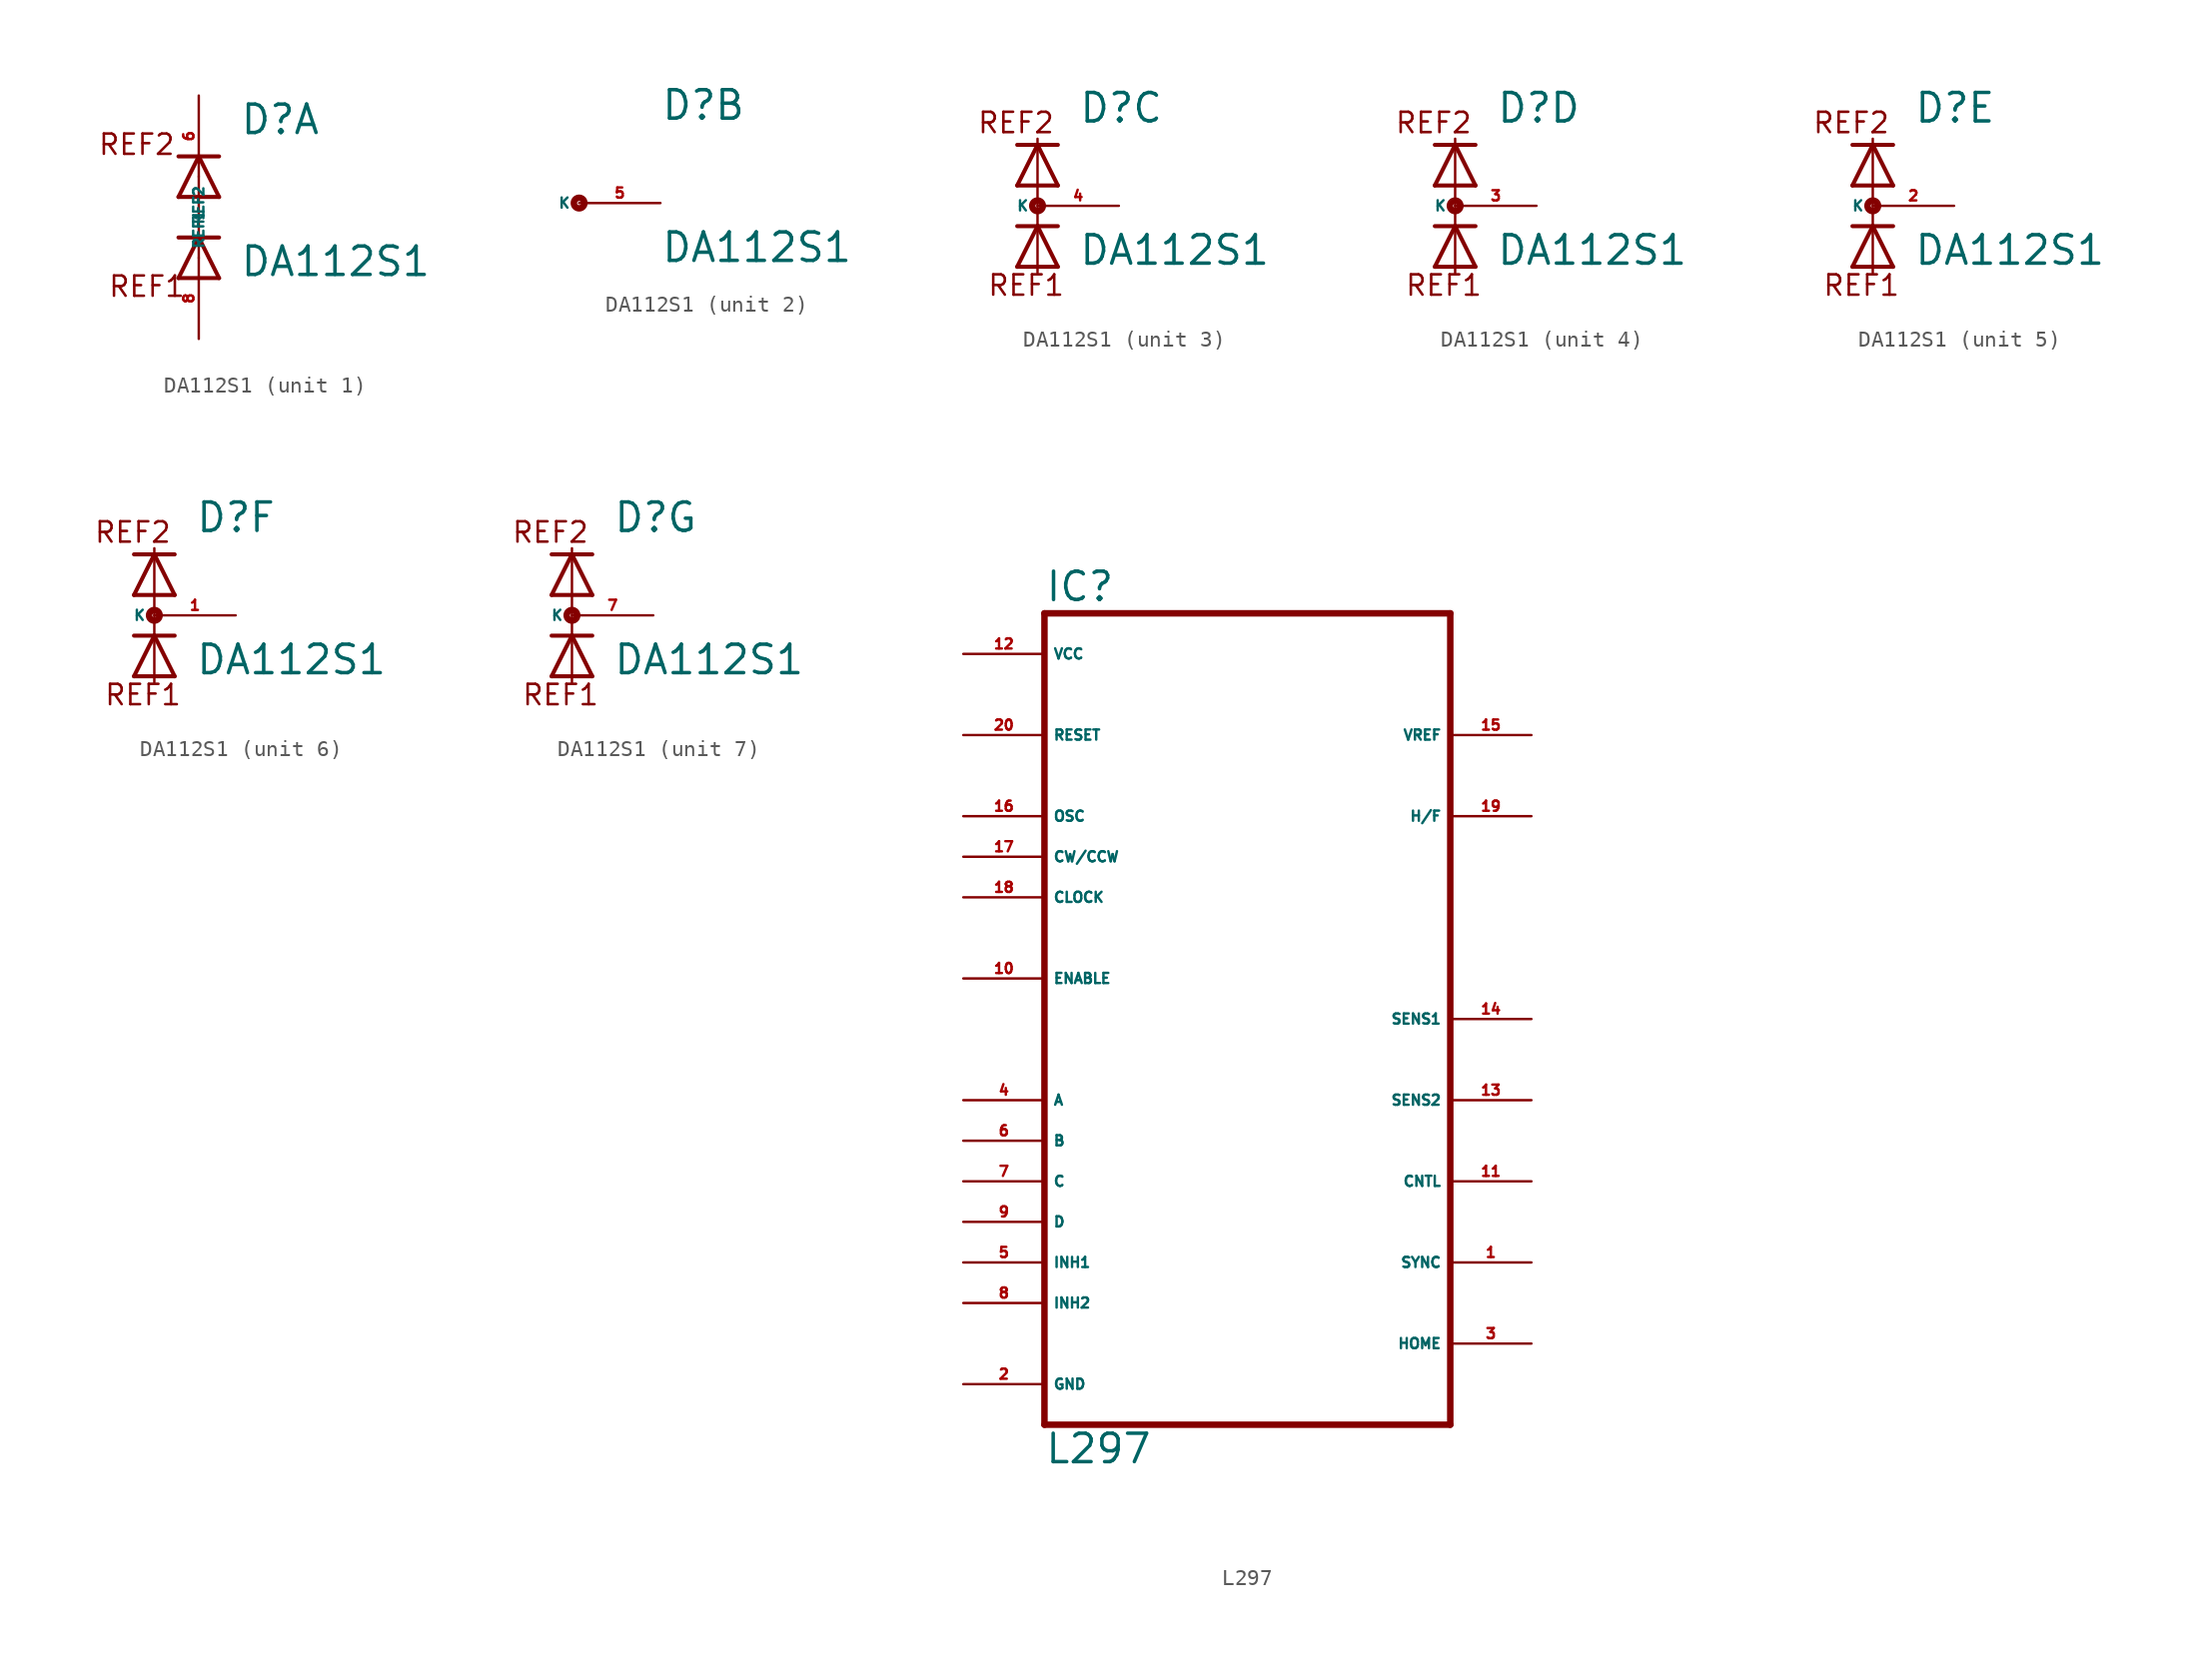
<source format=kicad_sym>
(kicad_symbol_lib
  (version 20220914)
  (generator Eagle2Kicad)
  (symbol "DA112S1"
    (property "Reference" "D"
      (at 2.54 5.08 0)
      (effects (font (size 1.778 1.778) (thickness 0.22)) (justify left bottom)))
    (property "Value" "DA112S1"
      (at 2.54 -3.81 0)
      (effects (font (size 1.778 1.778) (thickness 0.22)) (justify left bottom)))
    (symbol "DA112S1_1_0"
      (polyline (pts (xy 1.27 1.27) (xy 0 3.81)) (stroke (width 0.254) (type default)) (fill (type none)))
      (polyline (pts (xy 0 3.81) (xy -1.27 1.27)) (stroke (width 0.254) (type default)) (fill (type none)))
      (polyline (pts (xy -1.27 3.81) (xy 0 3.81)) (stroke (width 0.254) (type default)) (fill (type none)))
      (polyline (pts (xy 0 3.81) (xy 1.27 3.81)) (stroke (width 0.254) (type default)) (fill (type none)))
      (polyline (pts (xy 1.27 -3.81) (xy 0 -1.27)) (stroke (width 0.254) (type default)) (fill (type none)))
      (polyline (pts (xy 0 -1.27) (xy -1.27 -3.81)) (stroke (width 0.254) (type default)) (fill (type none)))
      (polyline (pts (xy -1.27 -3.81) (xy 1.27 -3.81)) (stroke (width 0.254) (type default)) (fill (type none)))
      (polyline (pts (xy -1.27 1.27) (xy 1.27 1.27)) (stroke (width 0.254) (type default)) (fill (type none)))
      (polyline (pts (xy 0 2.54) (xy 0 -1.27)) (stroke (width 0.152) (type default)) (fill (type none)))
      (polyline (pts (xy 0 -1.27) (xy 0 -2.54)) (stroke (width 0.152) (type default)) (fill (type none)))
      (polyline (pts (xy -1.27 -1.27) (xy 0 -1.27)) (stroke (width 0.254) (type default)) (fill (type none)))
      (polyline (pts (xy 0 -1.27) (xy 1.27 -1.27)) (stroke (width 0.254) (type default)) (fill (type none)))
      (text "REF1" (at -5.715 -5.08 0) (effects (font (size 1.27 1.27) (thickness 0.16)) (justify left bottom)))
      (text "REF2" (at -6.35 3.81 0) (effects (font (size 1.27 1.27) (thickness 0.16)) (justify left bottom)))
      (pin passive line (at 0 7.62 270) (length 5.08) (name "REF2" (effects (font (size 0.635 0.635) (thickness 0.08)) (justify left bottom))) (number "6" (effects (font (size 0.635 0.635) (thickness 0.08)) (justify left bottom))))
      (pin passive line (at 0 -7.62 90) (length 5.08) (name "REF1" (effects (font (size 0.635 0.635) (thickness 0.08)) (justify left bottom))) (number "8" (effects (font (size 0.635 0.635) (thickness 0.08)) (justify left bottom)))))
    (symbol "DA112S1_2_0"
      (circle (center -2.54 0) (radius 0.127) (stroke (width 0.406) (type default)) (fill (type none)))
      (pin passive line (at 2.54 0 180) (length 5.08) (name "K" (effects (font (size 0.635 0.635) (thickness 0.08)) (justify left bottom))) (number "5" (effects (font (size 0.635 0.635) (thickness 0.08)) (justify left bottom)))))
    (symbol "DA112S1_3_0"
      (polyline (pts (xy 1.27 1.27) (xy 0 3.81)) (stroke (width 0.254) (type default)) (fill (type none)))
      (polyline (pts (xy 0 3.81) (xy -1.27 1.27)) (stroke (width 0.254) (type default)) (fill (type none)))
      (polyline (pts (xy -1.27 3.81) (xy 0 3.81)) (stroke (width 0.254) (type default)) (fill (type none)))
      (polyline (pts (xy -1.27 1.27) (xy 1.27 1.27)) (stroke (width 0.254) (type default)) (fill (type none)))
      (polyline (pts (xy 0 3.81) (xy 1.27 3.81)) (stroke (width 0.254) (type default)) (fill (type none)))
      (polyline (pts (xy 1.27 -3.81) (xy 0 -1.27)) (stroke (width 0.254) (type default)) (fill (type none)))
      (polyline (pts (xy 0 -1.27) (xy -1.27 -3.81)) (stroke (width 0.254) (type default)) (fill (type none)))
      (polyline (pts (xy -1.27 -1.27) (xy 0 -1.27)) (stroke (width 0.254) (type default)) (fill (type none)))
      (polyline (pts (xy 0 3.81) (xy 0 -1.27)) (stroke (width 0.152) (type default)) (fill (type none)))
      (polyline (pts (xy 0 -4.191) (xy 0 -1.27)) (stroke (width 0.152) (type default)) (fill (type none)))
      (polyline (pts (xy -1.27 -3.81) (xy 1.27 -3.81)) (stroke (width 0.254) (type default)) (fill (type none)))
      (polyline (pts (xy 0 -1.27) (xy 1.27 -1.27)) (stroke (width 0.254) (type default)) (fill (type none)))
      (polyline (pts (xy 0 3.81) (xy 0 4.191)) (stroke (width 0.152) (type default)) (fill (type none)))
      (text "REF1" (at -3.175 -5.715 0) (effects (font (size 1.27 1.27) (thickness 0.16)) (justify left bottom)))
      (text "REF2" (at -3.81 4.445 0) (effects (font (size 1.27 1.27) (thickness 0.16)) (justify left bottom)))
      (circle (center 0 0) (radius 0.127) (stroke (width 0.406) (type default)) (fill (type none)))
      (pin passive line (at 5.08 0 180) (length 5.08) (name "K" (effects (font (size 0.635 0.635) (thickness 0.08)) (justify left bottom))) (number "4" (effects (font (size 0.635 0.635) (thickness 0.08)) (justify left bottom)))))
    (symbol "DA112S1_4_0"
      (polyline (pts (xy 1.27 1.27) (xy 0 3.81)) (stroke (width 0.254) (type default)) (fill (type none)))
      (polyline (pts (xy 0 3.81) (xy -1.27 1.27)) (stroke (width 0.254) (type default)) (fill (type none)))
      (polyline (pts (xy -1.27 3.81) (xy 0 3.81)) (stroke (width 0.254) (type default)) (fill (type none)))
      (polyline (pts (xy -1.27 1.27) (xy 1.27 1.27)) (stroke (width 0.254) (type default)) (fill (type none)))
      (polyline (pts (xy 0 3.81) (xy 1.27 3.81)) (stroke (width 0.254) (type default)) (fill (type none)))
      (polyline (pts (xy 1.27 -3.81) (xy 0 -1.27)) (stroke (width 0.254) (type default)) (fill (type none)))
      (polyline (pts (xy 0 -1.27) (xy -1.27 -3.81)) (stroke (width 0.254) (type default)) (fill (type none)))
      (polyline (pts (xy -1.27 -1.27) (xy 0 -1.27)) (stroke (width 0.254) (type default)) (fill (type none)))
      (polyline (pts (xy 0 3.81) (xy 0 -1.27)) (stroke (width 0.152) (type default)) (fill (type none)))
      (polyline (pts (xy 0 -4.191) (xy 0 -1.27)) (stroke (width 0.152) (type default)) (fill (type none)))
      (polyline (pts (xy -1.27 -3.81) (xy 1.27 -3.81)) (stroke (width 0.254) (type default)) (fill (type none)))
      (polyline (pts (xy 0 -1.27) (xy 1.27 -1.27)) (stroke (width 0.254) (type default)) (fill (type none)))
      (polyline (pts (xy 0 3.81) (xy 0 4.191)) (stroke (width 0.152) (type default)) (fill (type none)))
      (text "REF1" (at -3.175 -5.715 0) (effects (font (size 1.27 1.27) (thickness 0.16)) (justify left bottom)))
      (text "REF2" (at -3.81 4.445 0) (effects (font (size 1.27 1.27) (thickness 0.16)) (justify left bottom)))
      (circle (center 0 0) (radius 0.127) (stroke (width 0.406) (type default)) (fill (type none)))
      (pin passive line (at 5.08 0 180) (length 5.08) (name "K" (effects (font (size 0.635 0.635) (thickness 0.08)) (justify left bottom))) (number "3" (effects (font (size 0.635 0.635) (thickness 0.08)) (justify left bottom)))))
    (symbol "DA112S1_5_0"
      (polyline (pts (xy 1.27 1.27) (xy 0 3.81)) (stroke (width 0.254) (type default)) (fill (type none)))
      (polyline (pts (xy 0 3.81) (xy -1.27 1.27)) (stroke (width 0.254) (type default)) (fill (type none)))
      (polyline (pts (xy -1.27 3.81) (xy 0 3.81)) (stroke (width 0.254) (type default)) (fill (type none)))
      (polyline (pts (xy -1.27 1.27) (xy 1.27 1.27)) (stroke (width 0.254) (type default)) (fill (type none)))
      (polyline (pts (xy 0 3.81) (xy 1.27 3.81)) (stroke (width 0.254) (type default)) (fill (type none)))
      (polyline (pts (xy 1.27 -3.81) (xy 0 -1.27)) (stroke (width 0.254) (type default)) (fill (type none)))
      (polyline (pts (xy 0 -1.27) (xy -1.27 -3.81)) (stroke (width 0.254) (type default)) (fill (type none)))
      (polyline (pts (xy -1.27 -1.27) (xy 0 -1.27)) (stroke (width 0.254) (type default)) (fill (type none)))
      (polyline (pts (xy 0 3.81) (xy 0 -1.27)) (stroke (width 0.152) (type default)) (fill (type none)))
      (polyline (pts (xy 0 -4.191) (xy 0 -1.27)) (stroke (width 0.152) (type default)) (fill (type none)))
      (polyline (pts (xy -1.27 -3.81) (xy 1.27 -3.81)) (stroke (width 0.254) (type default)) (fill (type none)))
      (polyline (pts (xy 0 -1.27) (xy 1.27 -1.27)) (stroke (width 0.254) (type default)) (fill (type none)))
      (polyline (pts (xy 0 3.81) (xy 0 4.191)) (stroke (width 0.152) (type default)) (fill (type none)))
      (text "REF1" (at -3.175 -5.715 0) (effects (font (size 1.27 1.27) (thickness 0.16)) (justify left bottom)))
      (text "REF2" (at -3.81 4.445 0) (effects (font (size 1.27 1.27) (thickness 0.16)) (justify left bottom)))
      (circle (center 0 0) (radius 0.127) (stroke (width 0.406) (type default)) (fill (type none)))
      (pin passive line (at 5.08 0 180) (length 5.08) (name "K" (effects (font (size 0.635 0.635) (thickness 0.08)) (justify left bottom))) (number "2" (effects (font (size 0.635 0.635) (thickness 0.08)) (justify left bottom)))))
    (symbol "DA112S1_6_0"
      (polyline (pts (xy 1.27 1.27) (xy 0 3.81)) (stroke (width 0.254) (type default)) (fill (type none)))
      (polyline (pts (xy 0 3.81) (xy -1.27 1.27)) (stroke (width 0.254) (type default)) (fill (type none)))
      (polyline (pts (xy -1.27 3.81) (xy 0 3.81)) (stroke (width 0.254) (type default)) (fill (type none)))
      (polyline (pts (xy -1.27 1.27) (xy 1.27 1.27)) (stroke (width 0.254) (type default)) (fill (type none)))
      (polyline (pts (xy 0 3.81) (xy 1.27 3.81)) (stroke (width 0.254) (type default)) (fill (type none)))
      (polyline (pts (xy 1.27 -3.81) (xy 0 -1.27)) (stroke (width 0.254) (type default)) (fill (type none)))
      (polyline (pts (xy 0 -1.27) (xy -1.27 -3.81)) (stroke (width 0.254) (type default)) (fill (type none)))
      (polyline (pts (xy -1.27 -1.27) (xy 0 -1.27)) (stroke (width 0.254) (type default)) (fill (type none)))
      (polyline (pts (xy 0 3.81) (xy 0 -1.27)) (stroke (width 0.152) (type default)) (fill (type none)))
      (polyline (pts (xy 0 -4.191) (xy 0 -1.27)) (stroke (width 0.152) (type default)) (fill (type none)))
      (polyline (pts (xy -1.27 -3.81) (xy 1.27 -3.81)) (stroke (width 0.254) (type default)) (fill (type none)))
      (polyline (pts (xy 0 -1.27) (xy 1.27 -1.27)) (stroke (width 0.254) (type default)) (fill (type none)))
      (polyline (pts (xy 0 3.81) (xy 0 4.191)) (stroke (width 0.152) (type default)) (fill (type none)))
      (text "REF1" (at -3.175 -5.715 0) (effects (font (size 1.27 1.27) (thickness 0.16)) (justify left bottom)))
      (text "REF2" (at -3.81 4.445 0) (effects (font (size 1.27 1.27) (thickness 0.16)) (justify left bottom)))
      (circle (center 0 0) (radius 0.127) (stroke (width 0.406) (type default)) (fill (type none)))
      (pin passive line (at 5.08 0 180) (length 5.08) (name "K" (effects (font (size 0.635 0.635) (thickness 0.08)) (justify left bottom))) (number "1" (effects (font (size 0.635 0.635) (thickness 0.08)) (justify left bottom)))))
    (symbol "DA112S1_7_0"
      (polyline (pts (xy 1.27 1.27) (xy 0 3.81)) (stroke (width 0.254) (type default)) (fill (type none)))
      (polyline (pts (xy 0 3.81) (xy -1.27 1.27)) (stroke (width 0.254) (type default)) (fill (type none)))
      (polyline (pts (xy -1.27 3.81) (xy 0 3.81)) (stroke (width 0.254) (type default)) (fill (type none)))
      (polyline (pts (xy -1.27 1.27) (xy 1.27 1.27)) (stroke (width 0.254) (type default)) (fill (type none)))
      (polyline (pts (xy 0 3.81) (xy 1.27 3.81)) (stroke (width 0.254) (type default)) (fill (type none)))
      (polyline (pts (xy 1.27 -3.81) (xy 0 -1.27)) (stroke (width 0.254) (type default)) (fill (type none)))
      (polyline (pts (xy 0 -1.27) (xy -1.27 -3.81)) (stroke (width 0.254) (type default)) (fill (type none)))
      (polyline (pts (xy -1.27 -1.27) (xy 0 -1.27)) (stroke (width 0.254) (type default)) (fill (type none)))
      (polyline (pts (xy 0 3.81) (xy 0 -1.27)) (stroke (width 0.152) (type default)) (fill (type none)))
      (polyline (pts (xy 0 -4.191) (xy 0 -1.27)) (stroke (width 0.152) (type default)) (fill (type none)))
      (polyline (pts (xy -1.27 -3.81) (xy 1.27 -3.81)) (stroke (width 0.254) (type default)) (fill (type none)))
      (polyline (pts (xy 0 -1.27) (xy 1.27 -1.27)) (stroke (width 0.254) (type default)) (fill (type none)))
      (polyline (pts (xy 0 3.81) (xy 0 4.191)) (stroke (width 0.152) (type default)) (fill (type none)))
      (text "REF1" (at -3.175 -5.715 0) (effects (font (size 1.27 1.27) (thickness 0.16)) (justify left bottom)))
      (text "REF2" (at -3.81 4.445 0) (effects (font (size 1.27 1.27) (thickness 0.16)) (justify left bottom)))
      (circle (center 0 0) (radius 0.127) (stroke (width 0.406) (type default)) (fill (type none)))
      (pin passive line (at 5.08 0 180) (length 5.08) (name "K" (effects (font (size 0.635 0.635) (thickness 0.08)) (justify left bottom))) (number "7" (effects (font (size 0.635 0.635) (thickness 0.08)) (justify left bottom))))))
  (symbol "L297"
    (property "Reference" "IC"
      (at -12.7 18.415 0)
      (effects (font (size 1.778 1.778) (thickness 0.22)) (justify left bottom)))
    (property "Value" "L297"
      (at -12.722 -35.559 0)
      (effects (font (size 1.778 1.778) (thickness 0.22)) (justify left bottom)))
    (polyline
      (pts (xy -12.7 -33.02) (xy 12.7 -33.02))
      (stroke (width 0.406) (type default))
      (fill (type none)))
    (polyline
      (pts (xy 12.7 -33.02) (xy 12.7 17.78))
      (stroke (width 0.406) (type default))
      (fill (type none)))
    (polyline
      (pts (xy 12.7 17.78) (xy -12.7 17.78))
      (stroke (width 0.406) (type default))
      (fill (type none)))
    (polyline
      (pts (xy -12.7 17.78) (xy -12.7 -33.02))
      (stroke (width 0.406) (type default))
      (fill (type none)))
    (pin input line
      (at -17.78 -5.08 0)
      (length 5.08)
      (name "ENABLE" (effects (font (size 0.635 0.635) (thickness 0.08)) (justify left bottom)))
      (number "10" (effects (font (size 0.635 0.635) (thickness 0.08)) (justify left bottom))))
    (pin output line
      (at 17.78 -22.86 180)
      (length 5.08)
      (name "SYNC" (effects (font (size 0.635 0.635) (thickness 0.08)) (justify left bottom)))
      (number "1" (effects (font (size 0.635 0.635) (thickness 0.08)) (justify left bottom))))
    (pin unspecified line
      (at -17.78 -30.48 0)
      (length 5.08)
      (name "GND" (effects (font (size 0.635 0.635) (thickness 0.08)) (justify left bottom)))
      (number "2" (effects (font (size 0.635 0.635) (thickness 0.08)) (justify left bottom))))
    (pin output line
      (at 17.78 -27.94 180)
      (length 5.08)
      (name "HOME" (effects (font (size 0.635 0.635) (thickness 0.08)) (justify left bottom)))
      (number "3" (effects (font (size 0.635 0.635) (thickness 0.08)) (justify left bottom))))
    (pin output line
      (at -17.78 -12.7 0)
      (length 5.08)
      (name "A" (effects (font (size 0.635 0.635) (thickness 0.08)) (justify left bottom)))
      (number "4" (effects (font (size 0.635 0.635) (thickness 0.08)) (justify left bottom))))
    (pin output line
      (at -17.78 -22.86 0)
      (length 5.08)
      (name "INH1" (effects (font (size 0.635 0.635) (thickness 0.08)) (justify left bottom)))
      (number "5" (effects (font (size 0.635 0.635) (thickness 0.08)) (justify left bottom))))
    (pin output line
      (at -17.78 -15.24 0)
      (length 5.08)
      (name "B" (effects (font (size 0.635 0.635) (thickness 0.08)) (justify left bottom)))
      (number "6" (effects (font (size 0.635 0.635) (thickness 0.08)) (justify left bottom))))
    (pin output line
      (at -17.78 -17.78 0)
      (length 5.08)
      (name "C" (effects (font (size 0.635 0.635) (thickness 0.08)) (justify left bottom)))
      (number "7" (effects (font (size 0.635 0.635) (thickness 0.08)) (justify left bottom))))
    (pin output line
      (at -17.78 -25.4 0)
      (length 5.08)
      (name "INH2" (effects (font (size 0.635 0.635) (thickness 0.08)) (justify left bottom)))
      (number "8" (effects (font (size 0.635 0.635) (thickness 0.08)) (justify left bottom))))
    (pin output line
      (at 17.78 -12.7 180)
      (length 5.08)
      (name "SENS2" (effects (font (size 0.635 0.635) (thickness 0.08)) (justify left bottom)))
      (number "13" (effects (font (size 0.635 0.635) (thickness 0.08)) (justify left bottom))))
    (pin output line
      (at 17.78 -7.62 180)
      (length 5.08)
      (name "SENS1" (effects (font (size 0.635 0.635) (thickness 0.08)) (justify left bottom)))
      (number "14" (effects (font (size 0.635 0.635) (thickness 0.08)) (justify left bottom))))
    (pin input line
      (at 17.78 10.16 180)
      (length 5.08)
      (name "VREF" (effects (font (size 0.635 0.635) (thickness 0.08)) (justify left bottom)))
      (number "15" (effects (font (size 0.635 0.635) (thickness 0.08)) (justify left bottom))))
    (pin bidirectional line
      (at -17.78 5.08 0)
      (length 5.08)
      (name "OSC" (effects (font (size 0.635 0.635) (thickness 0.08)) (justify left bottom)))
      (number "16" (effects (font (size 0.635 0.635) (thickness 0.08)) (justify left bottom))))
    (pin input line
      (at -17.78 2.54 0)
      (length 5.08)
      (name "CW/CCW" (effects (font (size 0.635 0.635) (thickness 0.08)) (justify left bottom)))
      (number "17" (effects (font (size 0.635 0.635) (thickness 0.08)) (justify left bottom))))
    (pin input line
      (at -17.78 0 0)
      (length 5.08)
      (name "CLOCK" (effects (font (size 0.635 0.635) (thickness 0.08)) (justify left bottom)))
      (number "18" (effects (font (size 0.635 0.635) (thickness 0.08)) (justify left bottom))))
    (pin input line
      (at 17.78 5.08 180)
      (length 5.08)
      (name "H/F" (effects (font (size 0.635 0.635) (thickness 0.08)) (justify left bottom)))
      (number "19" (effects (font (size 0.635 0.635) (thickness 0.08)) (justify left bottom))))
    (pin input line
      (at -17.78 10.16 0)
      (length 5.08)
      (name "RESET" (effects (font (size 0.635 0.635) (thickness 0.08)) (justify left bottom)))
      (number "20" (effects (font (size 0.635 0.635) (thickness 0.08)) (justify left bottom))))
    (pin unspecified line
      (at -17.78 15.24 0)
      (length 5.08)
      (name "VCC" (effects (font (size 0.635 0.635) (thickness 0.08)) (justify left bottom)))
      (number "12" (effects (font (size 0.635 0.635) (thickness 0.08)) (justify left bottom))))
    (pin input line
      (at 17.78 -17.78 180)
      (length 5.08)
      (name "CNTL" (effects (font (size 0.635 0.635) (thickness 0.08)) (justify left bottom)))
      (number "11" (effects (font (size 0.635 0.635) (thickness 0.08)) (justify left bottom))))
    (pin output line
      (at -17.78 -20.32 0)
      (length 5.08)
      (name "D" (effects (font (size 0.635 0.635) (thickness 0.08)) (justify left bottom)))
      (number "9" (effects (font (size 0.635 0.635) (thickness 0.08)) (justify left bottom))))))
</source>
